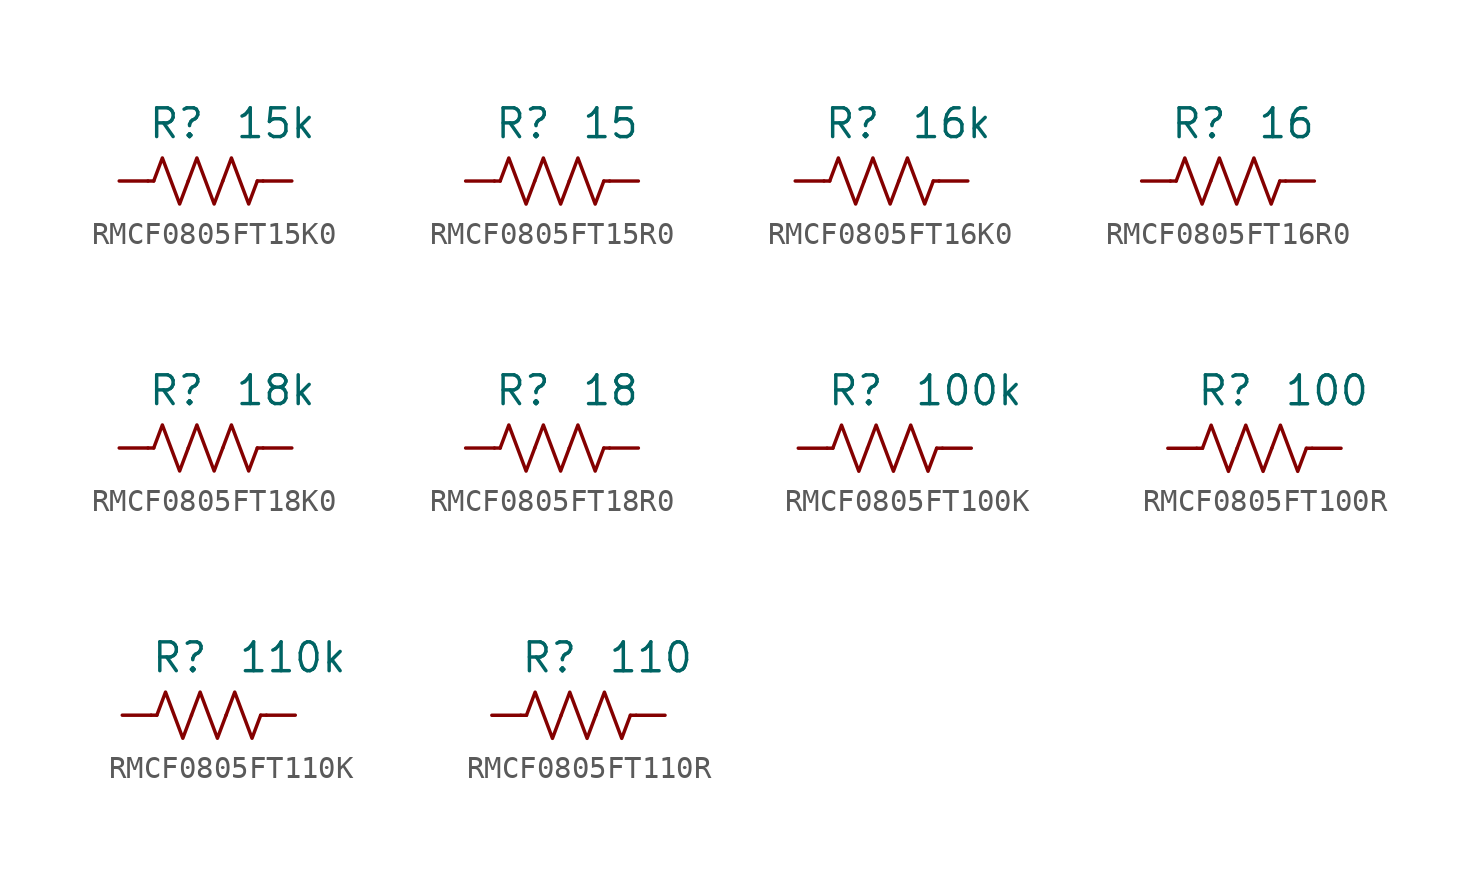
<source format=kicad_sym>
(kicad_symbol_lib
  (version 20241209)
  (generator "kicad_symbol_editor")
  (generator_version "9.0")
  (symbol "RMCF0805FT15K0"
    (pin_numbers
      (hide yes))
    (property "Reference" "R"
      (at 0 2.54 0)
      (effects (font (size 1.27 1.27)) (justify right)))
    (property "Value" "15k"
      (at 1.27 2.54 0)
      (effects (font (size 1.27 1.27)) (justify left)))
    (symbol "RMCF0805FT15K0_0_1"
      (polyline (pts (xy -2.286 0) (xy -2.54 0)) (stroke (width 0) (type default)) (fill (type none)))
      (polyline (pts (xy -2.286 0) (xy -1.905 1.016) (xy -1.524 0) (xy -1.143 -1.016) (xy -0.762 0)) (stroke (width 0) (type default)) (fill (type none)))
      (polyline (pts (xy -0.762 0) (xy -0.381 1.016) (xy 0 0) (xy 0.381 -1.016) (xy 0.762 0)) (stroke (width 0) (type default)) (fill (type none)))
      (polyline (pts (xy 0.762 0) (xy 1.143 1.016) (xy 1.524 0) (xy 1.905 -1.016) (xy 2.286 0)) (stroke (width 0) (type default)) (fill (type none)))
      (polyline (pts (xy 2.286 0) (xy 2.54 0)) (stroke (width 0) (type default)) (fill (type none))))
    (symbol "RMCF0805FT15K0_1_1"
      (pin passive line (at -3.81 0 0) (length 1.27) (name "~" (effects (font (size 1.27 1.27)))) (number "1" (effects (font (size 1.27 1.27)))))
      (pin passive line (at 3.81 0 180) (length 1.27) (name "~" (effects (font (size 1.27 1.27)))) (number "2" (effects (font (size 1.27 1.27)))))))
  (symbol "RMCF0805FT15R0"
    (pin_numbers
      (hide yes))
    (property "Reference" "R"
      (at 0 2.54 0)
      (effects (font (size 1.27 1.27)) (justify right)))
    (property "Value" "15"
      (at 1.27 2.54 0)
      (effects (font (size 1.27 1.27)) (justify left)))
    (symbol "RMCF0805FT15R0_0_1"
      (polyline (pts (xy -2.286 0) (xy -2.54 0)) (stroke (width 0) (type default)) (fill (type none)))
      (polyline (pts (xy -2.286 0) (xy -1.905 1.016) (xy -1.524 0) (xy -1.143 -1.016) (xy -0.762 0)) (stroke (width 0) (type default)) (fill (type none)))
      (polyline (pts (xy -0.762 0) (xy -0.381 1.016) (xy 0 0) (xy 0.381 -1.016) (xy 0.762 0)) (stroke (width 0) (type default)) (fill (type none)))
      (polyline (pts (xy 0.762 0) (xy 1.143 1.016) (xy 1.524 0) (xy 1.905 -1.016) (xy 2.286 0)) (stroke (width 0) (type default)) (fill (type none)))
      (polyline (pts (xy 2.286 0) (xy 2.54 0)) (stroke (width 0) (type default)) (fill (type none))))
    (symbol "RMCF0805FT15R0_1_1"
      (pin passive line (at -3.81 0 0) (length 1.27) (name "~" (effects (font (size 1.27 1.27)))) (number "1" (effects (font (size 1.27 1.27)))))
      (pin passive line (at 3.81 0 180) (length 1.27) (name "~" (effects (font (size 1.27 1.27)))) (number "2" (effects (font (size 1.27 1.27)))))))
  (symbol "RMCF0805FT16K0"
    (pin_numbers
      (hide yes))
    (property "Reference" "R"
      (at 0 2.54 0)
      (effects (font (size 1.27 1.27)) (justify right)))
    (property "Value" "16k"
      (at 1.27 2.54 0)
      (effects (font (size 1.27 1.27)) (justify left)))
    (symbol "RMCF0805FT16K0_0_1"
      (polyline (pts (xy -2.286 0) (xy -2.54 0)) (stroke (width 0) (type default)) (fill (type none)))
      (polyline (pts (xy -2.286 0) (xy -1.905 1.016) (xy -1.524 0) (xy -1.143 -1.016) (xy -0.762 0)) (stroke (width 0) (type default)) (fill (type none)))
      (polyline (pts (xy -0.762 0) (xy -0.381 1.016) (xy 0 0) (xy 0.381 -1.016) (xy 0.762 0)) (stroke (width 0) (type default)) (fill (type none)))
      (polyline (pts (xy 0.762 0) (xy 1.143 1.016) (xy 1.524 0) (xy 1.905 -1.016) (xy 2.286 0)) (stroke (width 0) (type default)) (fill (type none)))
      (polyline (pts (xy 2.286 0) (xy 2.54 0)) (stroke (width 0) (type default)) (fill (type none))))
    (symbol "RMCF0805FT16K0_1_1"
      (pin passive line (at -3.81 0 0) (length 1.27) (name "~" (effects (font (size 1.27 1.27)))) (number "1" (effects (font (size 1.27 1.27)))))
      (pin passive line (at 3.81 0 180) (length 1.27) (name "~" (effects (font (size 1.27 1.27)))) (number "2" (effects (font (size 1.27 1.27)))))))
  (symbol "RMCF0805FT16R0"
    (pin_numbers
      (hide yes))
    (property "Reference" "R"
      (at 0 2.54 0)
      (effects (font (size 1.27 1.27)) (justify right)))
    (property "Value" "16"
      (at 1.27 2.54 0)
      (effects (font (size 1.27 1.27)) (justify left)))
    (symbol "RMCF0805FT16R0_0_1"
      (polyline (pts (xy -2.286 0) (xy -2.54 0)) (stroke (width 0) (type default)) (fill (type none)))
      (polyline (pts (xy -2.286 0) (xy -1.905 1.016) (xy -1.524 0) (xy -1.143 -1.016) (xy -0.762 0)) (stroke (width 0) (type default)) (fill (type none)))
      (polyline (pts (xy -0.762 0) (xy -0.381 1.016) (xy 0 0) (xy 0.381 -1.016) (xy 0.762 0)) (stroke (width 0) (type default)) (fill (type none)))
      (polyline (pts (xy 0.762 0) (xy 1.143 1.016) (xy 1.524 0) (xy 1.905 -1.016) (xy 2.286 0)) (stroke (width 0) (type default)) (fill (type none)))
      (polyline (pts (xy 2.286 0) (xy 2.54 0)) (stroke (width 0) (type default)) (fill (type none))))
    (symbol "RMCF0805FT16R0_1_1"
      (pin passive line (at -3.81 0 0) (length 1.27) (name "~" (effects (font (size 1.27 1.27)))) (number "1" (effects (font (size 1.27 1.27)))))
      (pin passive line (at 3.81 0 180) (length 1.27) (name "~" (effects (font (size 1.27 1.27)))) (number "2" (effects (font (size 1.27 1.27)))))))
  (symbol "RMCF0805FT18K0"
    (pin_numbers
      (hide yes))
    (property "Reference" "R"
      (at 0 2.54 0)
      (effects (font (size 1.27 1.27)) (justify right)))
    (property "Value" "18k"
      (at 1.27 2.54 0)
      (effects (font (size 1.27 1.27)) (justify left)))
    (symbol "RMCF0805FT18K0_0_1"
      (polyline (pts (xy -2.286 0) (xy -2.54 0)) (stroke (width 0) (type default)) (fill (type none)))
      (polyline (pts (xy -2.286 0) (xy -1.905 1.016) (xy -1.524 0) (xy -1.143 -1.016) (xy -0.762 0)) (stroke (width 0) (type default)) (fill (type none)))
      (polyline (pts (xy -0.762 0) (xy -0.381 1.016) (xy 0 0) (xy 0.381 -1.016) (xy 0.762 0)) (stroke (width 0) (type default)) (fill (type none)))
      (polyline (pts (xy 0.762 0) (xy 1.143 1.016) (xy 1.524 0) (xy 1.905 -1.016) (xy 2.286 0)) (stroke (width 0) (type default)) (fill (type none)))
      (polyline (pts (xy 2.286 0) (xy 2.54 0)) (stroke (width 0) (type default)) (fill (type none))))
    (symbol "RMCF0805FT18K0_1_1"
      (pin passive line (at -3.81 0 0) (length 1.27) (name "~" (effects (font (size 1.27 1.27)))) (number "1" (effects (font (size 1.27 1.27)))))
      (pin passive line (at 3.81 0 180) (length 1.27) (name "~" (effects (font (size 1.27 1.27)))) (number "2" (effects (font (size 1.27 1.27)))))))
  (symbol "RMCF0805FT18R0"
    (pin_numbers
      (hide yes))
    (property "Reference" "R"
      (at 0 2.54 0)
      (effects (font (size 1.27 1.27)) (justify right)))
    (property "Value" "18"
      (at 1.27 2.54 0)
      (effects (font (size 1.27 1.27)) (justify left)))
    (symbol "RMCF0805FT18R0_0_1"
      (polyline (pts (xy -2.286 0) (xy -2.54 0)) (stroke (width 0) (type default)) (fill (type none)))
      (polyline (pts (xy -2.286 0) (xy -1.905 1.016) (xy -1.524 0) (xy -1.143 -1.016) (xy -0.762 0)) (stroke (width 0) (type default)) (fill (type none)))
      (polyline (pts (xy -0.762 0) (xy -0.381 1.016) (xy 0 0) (xy 0.381 -1.016) (xy 0.762 0)) (stroke (width 0) (type default)) (fill (type none)))
      (polyline (pts (xy 0.762 0) (xy 1.143 1.016) (xy 1.524 0) (xy 1.905 -1.016) (xy 2.286 0)) (stroke (width 0) (type default)) (fill (type none)))
      (polyline (pts (xy 2.286 0) (xy 2.54 0)) (stroke (width 0) (type default)) (fill (type none))))
    (symbol "RMCF0805FT18R0_1_1"
      (pin passive line (at -3.81 0 0) (length 1.27) (name "~" (effects (font (size 1.27 1.27)))) (number "1" (effects (font (size 1.27 1.27)))))
      (pin passive line (at 3.81 0 180) (length 1.27) (name "~" (effects (font (size 1.27 1.27)))) (number "2" (effects (font (size 1.27 1.27)))))))
  (symbol "RMCF0805FT100K"
    (pin_numbers
      (hide yes))
    (property "Reference" "R"
      (at 0 2.54 0)
      (effects (font (size 1.27 1.27)) (justify right)))
    (property "Value" "100k"
      (at 1.27 2.54 0)
      (effects (font (size 1.27 1.27)) (justify left)))
    (symbol "RMCF0805FT100K_0_1"
      (polyline (pts (xy -2.286 0) (xy -2.54 0)) (stroke (width 0) (type default)) (fill (type none)))
      (polyline (pts (xy -2.286 0) (xy -1.905 1.016) (xy -1.524 0) (xy -1.143 -1.016) (xy -0.762 0)) (stroke (width 0) (type default)) (fill (type none)))
      (polyline (pts (xy -0.762 0) (xy -0.381 1.016) (xy 0 0) (xy 0.381 -1.016) (xy 0.762 0)) (stroke (width 0) (type default)) (fill (type none)))
      (polyline (pts (xy 0.762 0) (xy 1.143 1.016) (xy 1.524 0) (xy 1.905 -1.016) (xy 2.286 0)) (stroke (width 0) (type default)) (fill (type none)))
      (polyline (pts (xy 2.286 0) (xy 2.54 0)) (stroke (width 0) (type default)) (fill (type none))))
    (symbol "RMCF0805FT100K_1_1"
      (pin passive line (at -3.81 0 0) (length 1.27) (name "~" (effects (font (size 1.27 1.27)))) (number "1" (effects (font (size 1.27 1.27)))))
      (pin passive line (at 3.81 0 180) (length 1.27) (name "~" (effects (font (size 1.27 1.27)))) (number "2" (effects (font (size 1.27 1.27)))))))
  (symbol "RMCF0805FT100R"
    (pin_numbers
      (hide yes))
    (property "Reference" "R"
      (at 0 2.54 0)
      (effects (font (size 1.27 1.27)) (justify right)))
    (property "Value" "100"
      (at 1.27 2.54 0)
      (effects (font (size 1.27 1.27)) (justify left)))
    (symbol "RMCF0805FT100R_0_1"
      (polyline (pts (xy -2.286 0) (xy -2.54 0)) (stroke (width 0) (type default)) (fill (type none)))
      (polyline (pts (xy -2.286 0) (xy -1.905 1.016) (xy -1.524 0) (xy -1.143 -1.016) (xy -0.762 0)) (stroke (width 0) (type default)) (fill (type none)))
      (polyline (pts (xy -0.762 0) (xy -0.381 1.016) (xy 0 0) (xy 0.381 -1.016) (xy 0.762 0)) (stroke (width 0) (type default)) (fill (type none)))
      (polyline (pts (xy 0.762 0) (xy 1.143 1.016) (xy 1.524 0) (xy 1.905 -1.016) (xy 2.286 0)) (stroke (width 0) (type default)) (fill (type none)))
      (polyline (pts (xy 2.286 0) (xy 2.54 0)) (stroke (width 0) (type default)) (fill (type none))))
    (symbol "RMCF0805FT100R_1_1"
      (pin passive line (at -3.81 0 0) (length 1.27) (name "~" (effects (font (size 1.27 1.27)))) (number "1" (effects (font (size 1.27 1.27)))))
      (pin passive line (at 3.81 0 180) (length 1.27) (name "~" (effects (font (size 1.27 1.27)))) (number "2" (effects (font (size 1.27 1.27)))))))
  (symbol "RMCF0805FT110K"
    (pin_numbers
      (hide yes))
    (property "Reference" "R"
      (at 0 2.54 0)
      (effects (font (size 1.27 1.27)) (justify right)))
    (property "Value" "110k"
      (at 1.27 2.54 0)
      (effects (font (size 1.27 1.27)) (justify left)))
    (symbol "RMCF0805FT110K_0_1"
      (polyline (pts (xy -2.286 0) (xy -2.54 0)) (stroke (width 0) (type default)) (fill (type none)))
      (polyline (pts (xy -2.286 0) (xy -1.905 1.016) (xy -1.524 0) (xy -1.143 -1.016) (xy -0.762 0)) (stroke (width 0) (type default)) (fill (type none)))
      (polyline (pts (xy -0.762 0) (xy -0.381 1.016) (xy 0 0) (xy 0.381 -1.016) (xy 0.762 0)) (stroke (width 0) (type default)) (fill (type none)))
      (polyline (pts (xy 0.762 0) (xy 1.143 1.016) (xy 1.524 0) (xy 1.905 -1.016) (xy 2.286 0)) (stroke (width 0) (type default)) (fill (type none)))
      (polyline (pts (xy 2.286 0) (xy 2.54 0)) (stroke (width 0) (type default)) (fill (type none))))
    (symbol "RMCF0805FT110K_1_1"
      (pin passive line (at -3.81 0 0) (length 1.27) (name "~" (effects (font (size 1.27 1.27)))) (number "1" (effects (font (size 1.27 1.27)))))
      (pin passive line (at 3.81 0 180) (length 1.27) (name "~" (effects (font (size 1.27 1.27)))) (number "2" (effects (font (size 1.27 1.27)))))))
  (symbol "RMCF0805FT110R"
    (pin_numbers
      (hide yes))
    (property "Reference" "R"
      (at 0 2.54 0)
      (effects (font (size 1.27 1.27)) (justify right)))
    (property "Value" "110"
      (at 1.27 2.54 0)
      (effects (font (size 1.27 1.27)) (justify left)))
    (symbol "RMCF0805FT110R_0_1"
      (polyline (pts (xy -2.286 0) (xy -2.54 0)) (stroke (width 0) (type default)) (fill (type none)))
      (polyline (pts (xy -2.286 0) (xy -1.905 1.016) (xy -1.524 0) (xy -1.143 -1.016) (xy -0.762 0)) (stroke (width 0) (type default)) (fill (type none)))
      (polyline (pts (xy -0.762 0) (xy -0.381 1.016) (xy 0 0) (xy 0.381 -1.016) (xy 0.762 0)) (stroke (width 0) (type default)) (fill (type none)))
      (polyline (pts (xy 0.762 0) (xy 1.143 1.016) (xy 1.524 0) (xy 1.905 -1.016) (xy 2.286 0)) (stroke (width 0) (type default)) (fill (type none)))
      (polyline (pts (xy 2.286 0) (xy 2.54 0)) (stroke (width 0) (type default)) (fill (type none))))
    (symbol "RMCF0805FT110R_1_1"
      (pin passive line (at -3.81 0 0) (length 1.27) (name "~" (effects (font (size 1.27 1.27)))) (number "1" (effects (font (size 1.27 1.27)))))
      (pin passive line (at 3.81 0 180) (length 1.27) (name "~" (effects (font (size 1.27 1.27)))) (number "2" (effects (font (size 1.27 1.27))))))))
</source>
